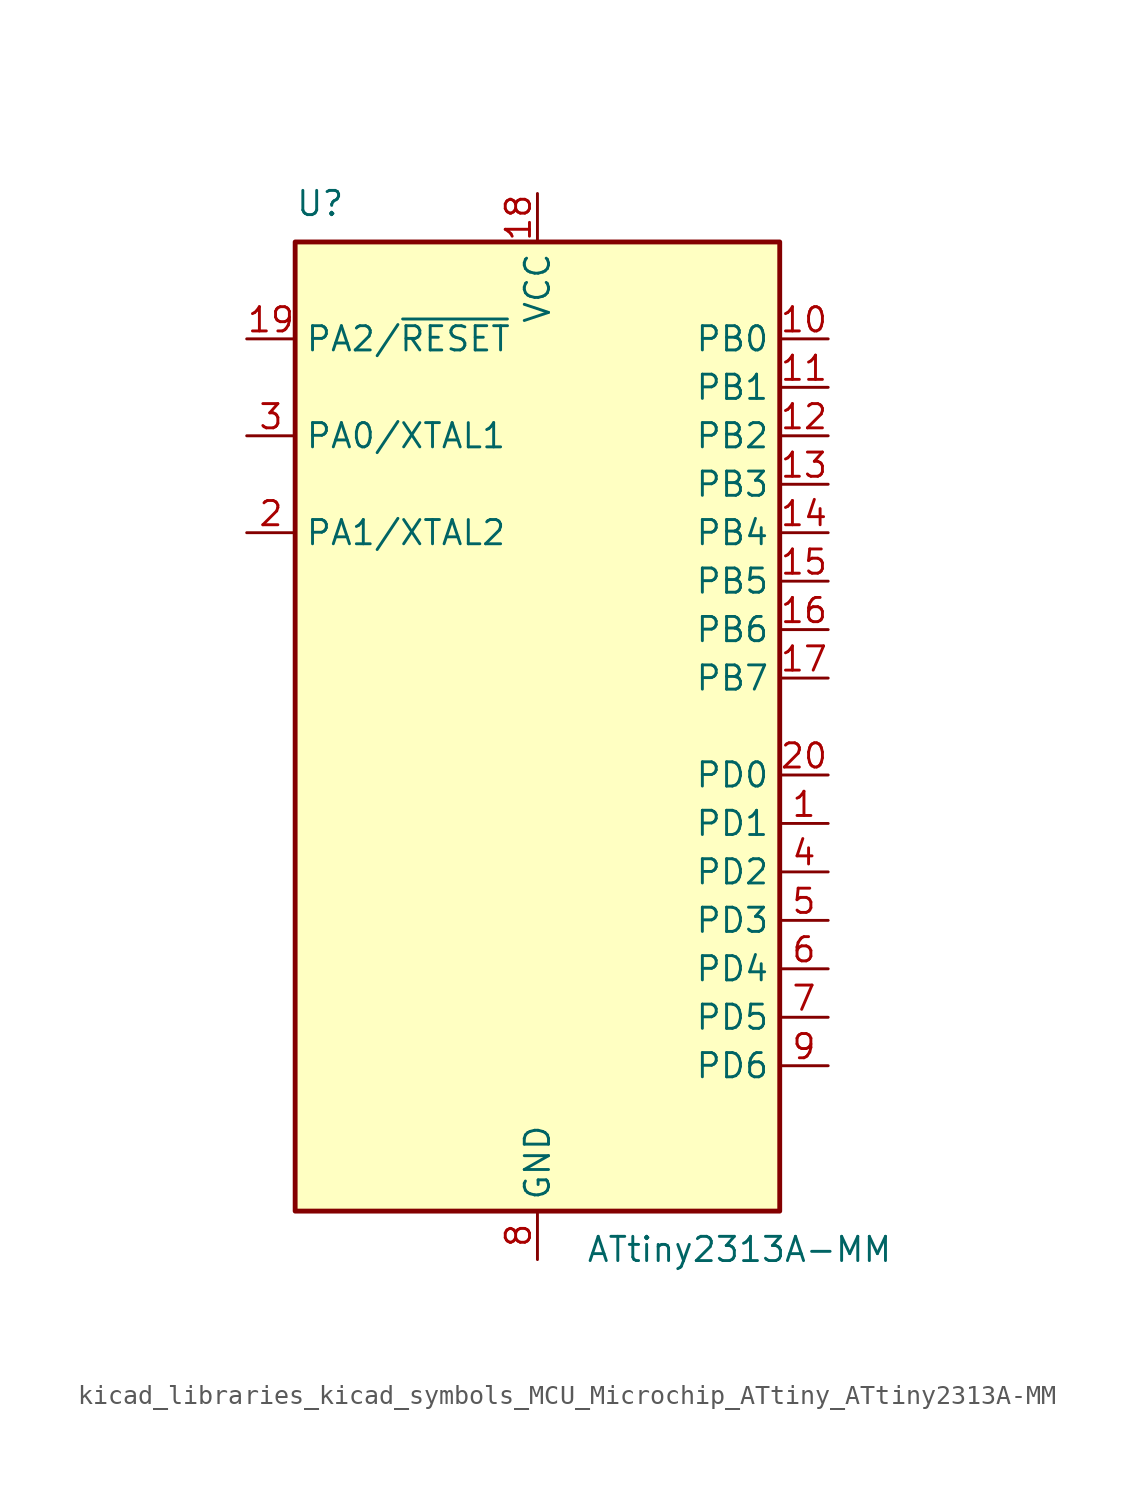
<source format=kicad_sym>
(kicad_symbol_lib
  (version 20220914)
  (generator kicad_symbol_editor)
  (symbol "kicad_libraries_kicad_symbols_MCU_Microchip_ATtiny_ATtiny2313A-MM"
    (property "Reference" "U"
      (at -12.7 26.67 0)
      (effects (font (size 1.27 1.27)) (justify left bottom)))
    (property "Value" "ATtiny2313A-MM"
      (at 2.54 -26.67 0)
      (effects (font (size 1.27 1.27)) (justify left top)))
    (symbol "kicad_libraries_kicad_symbols_MCU_Microchip_ATtiny_ATtiny2313A-MM_0_1"
      (rectangle (start -12.7 -25.4) (end 12.7 25.4) (stroke (width 0.254) (type default)) (fill (type background))))
    (symbol "kicad_libraries_kicad_symbols_MCU_Microchip_ATtiny_ATtiny2313A-MM_1_1"
      (pin bidirectional line (at 15.24 -5.08 180) (length 2.54) (name "PD1" (effects (font (size 1.27 1.27)))) (number "1" (effects (font (size 1.27 1.27)))))
      (pin bidirectional line (at 15.24 20.32 180) (length 2.54) (name "PB0" (effects (font (size 1.27 1.27)))) (number "10" (effects (font (size 1.27 1.27)))))
      (pin bidirectional line (at 15.24 17.78 180) (length 2.54) (name "PB1" (effects (font (size 1.27 1.27)))) (number "11" (effects (font (size 1.27 1.27)))))
      (pin bidirectional line (at 15.24 15.24 180) (length 2.54) (name "PB2" (effects (font (size 1.27 1.27)))) (number "12" (effects (font (size 1.27 1.27)))))
      (pin bidirectional line (at 15.24 12.7 180) (length 2.54) (name "PB3" (effects (font (size 1.27 1.27)))) (number "13" (effects (font (size 1.27 1.27)))))
      (pin bidirectional line (at 15.24 10.16 180) (length 2.54) (name "PB4" (effects (font (size 1.27 1.27)))) (number "14" (effects (font (size 1.27 1.27)))))
      (pin bidirectional line (at 15.24 7.62 180) (length 2.54) (name "PB5" (effects (font (size 1.27 1.27)))) (number "15" (effects (font (size 1.27 1.27)))))
      (pin bidirectional line (at 15.24 5.08 180) (length 2.54) (name "PB6" (effects (font (size 1.27 1.27)))) (number "16" (effects (font (size 1.27 1.27)))))
      (pin bidirectional line (at 15.24 2.54 180) (length 2.54) (name "PB7" (effects (font (size 1.27 1.27)))) (number "17" (effects (font (size 1.27 1.27)))))
      (pin power_in line (at 0 27.94 270) (length 2.54) (name "VCC" (effects (font (size 1.27 1.27)))) (number "18" (effects (font (size 1.27 1.27)))))
      (pin bidirectional line (at -15.24 20.32 0) (length 2.54) (name "PA2/~{RESET}" (effects (font (size 1.27 1.27)))) (number "19" (effects (font (size 1.27 1.27)))))
      (pin bidirectional line (at -15.24 10.16 0) (length 2.54) (name "PA1/XTAL2" (effects (font (size 1.27 1.27)))) (number "2" (effects (font (size 1.27 1.27)))))
      (pin bidirectional line (at 15.24 -2.54 180) (length 2.54) (name "PD0" (effects (font (size 1.27 1.27)))) (number "20" (effects (font (size 1.27 1.27)))))
      (pin passive line (at 0 -27.94 90) (length 2.54) hide (name "GND" (effects (font (size 1.27 1.27)))) (number "21" (effects (font (size 1.27 1.27)))))
      (pin bidirectional line (at -15.24 15.24 0) (length 2.54) (name "PA0/XTAL1" (effects (font (size 1.27 1.27)))) (number "3" (effects (font (size 1.27 1.27)))))
      (pin bidirectional line (at 15.24 -7.62 180) (length 2.54) (name "PD2" (effects (font (size 1.27 1.27)))) (number "4" (effects (font (size 1.27 1.27)))))
      (pin bidirectional line (at 15.24 -10.16 180) (length 2.54) (name "PD3" (effects (font (size 1.27 1.27)))) (number "5" (effects (font (size 1.27 1.27)))))
      (pin bidirectional line (at 15.24 -12.7 180) (length 2.54) (name "PD4" (effects (font (size 1.27 1.27)))) (number "6" (effects (font (size 1.27 1.27)))))
      (pin bidirectional line (at 15.24 -15.24 180) (length 2.54) (name "PD5" (effects (font (size 1.27 1.27)))) (number "7" (effects (font (size 1.27 1.27)))))
      (pin power_in line (at 0 -27.94 90) (length 2.54) (name "GND" (effects (font (size 1.27 1.27)))) (number "8" (effects (font (size 1.27 1.27)))))
      (pin bidirectional line (at 15.24 -17.78 180) (length 2.54) (name "PD6" (effects (font (size 1.27 1.27)))) (number "9" (effects (font (size 1.27 1.27))))))))
</source>
